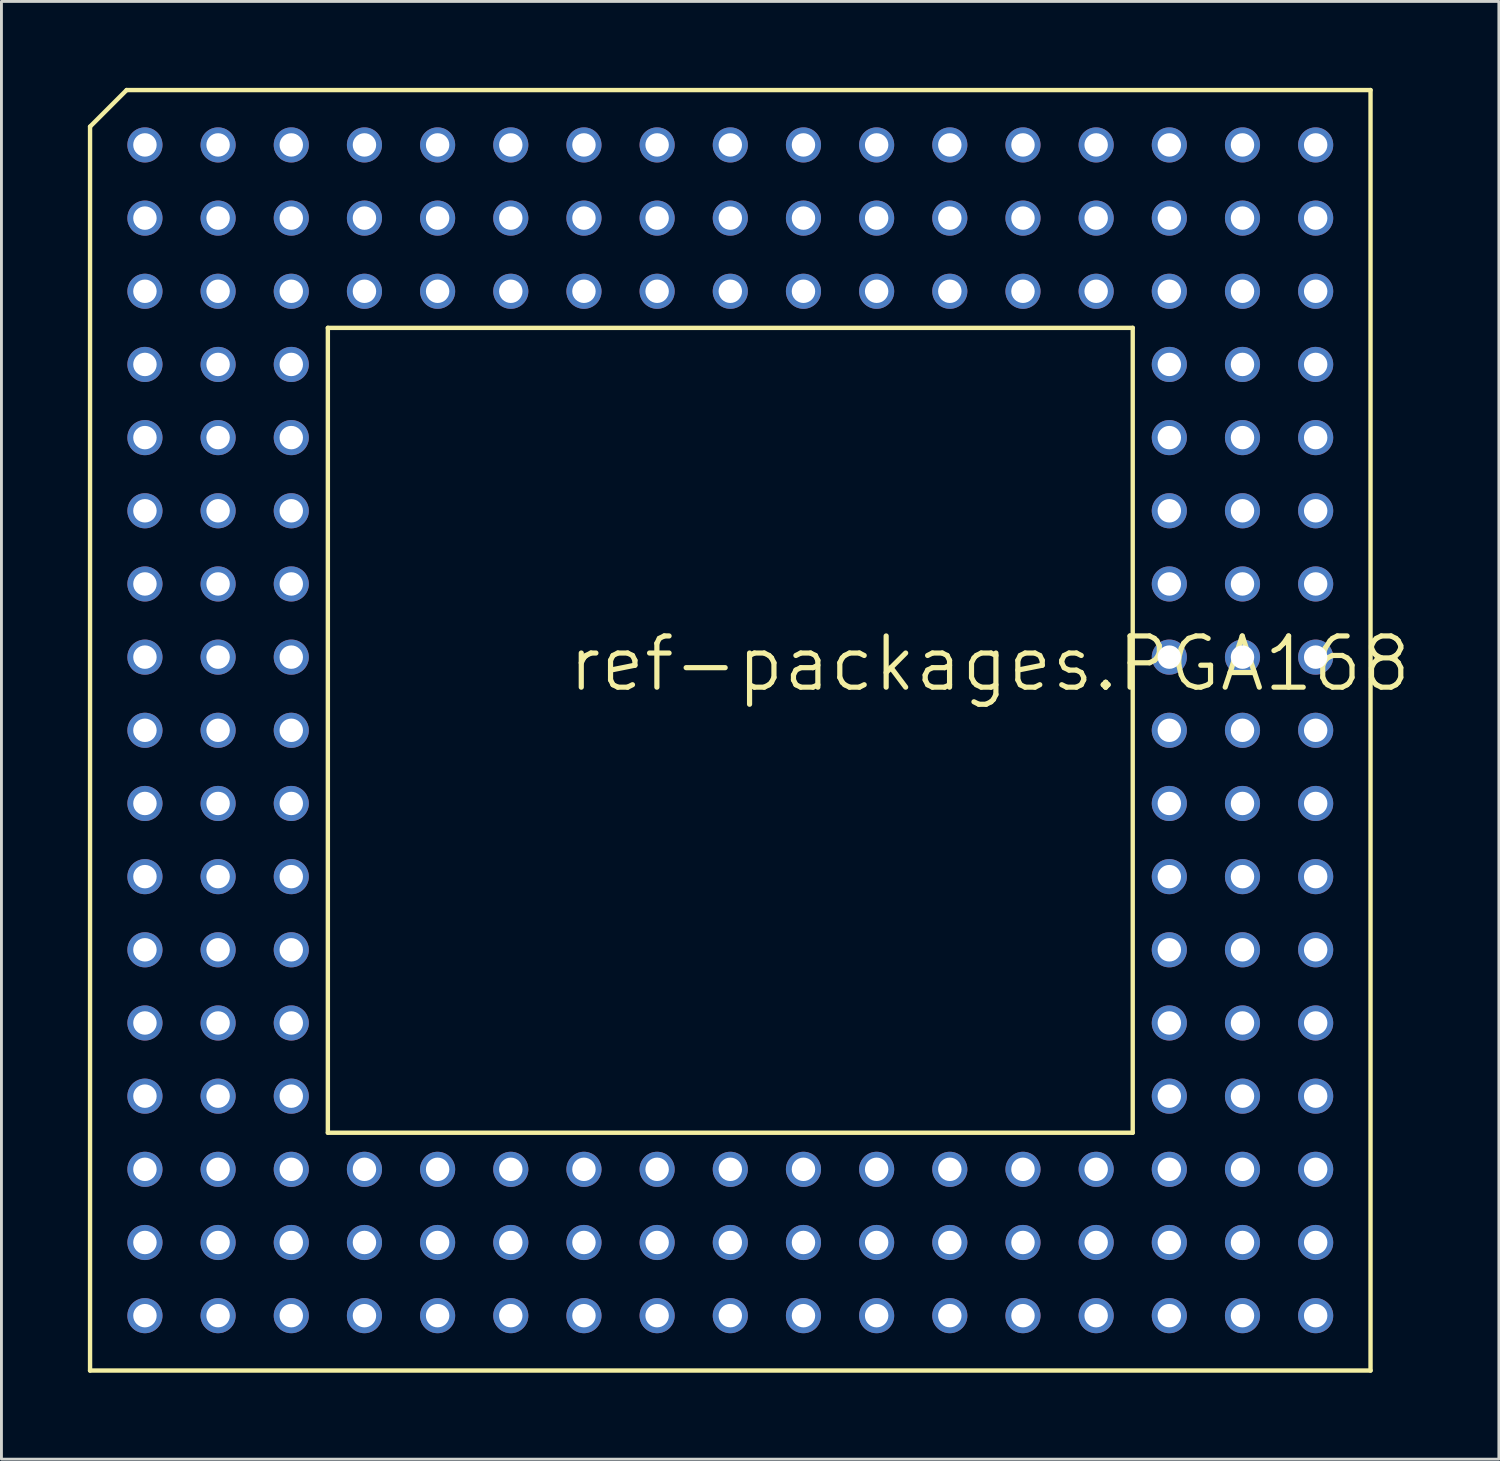
<source format=kicad_pcb>
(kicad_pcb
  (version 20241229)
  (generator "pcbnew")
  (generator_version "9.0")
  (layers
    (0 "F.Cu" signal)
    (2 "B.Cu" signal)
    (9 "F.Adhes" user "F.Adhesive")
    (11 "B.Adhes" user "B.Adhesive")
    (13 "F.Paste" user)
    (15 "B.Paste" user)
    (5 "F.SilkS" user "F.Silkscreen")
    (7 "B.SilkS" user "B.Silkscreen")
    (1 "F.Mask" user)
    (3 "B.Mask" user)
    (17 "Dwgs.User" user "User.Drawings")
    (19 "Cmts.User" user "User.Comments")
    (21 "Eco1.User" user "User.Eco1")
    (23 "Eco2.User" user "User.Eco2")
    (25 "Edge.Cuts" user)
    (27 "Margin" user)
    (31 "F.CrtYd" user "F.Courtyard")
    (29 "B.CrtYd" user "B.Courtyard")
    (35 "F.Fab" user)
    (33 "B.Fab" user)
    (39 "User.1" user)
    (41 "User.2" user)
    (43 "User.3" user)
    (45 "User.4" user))
  (footprint "ref-packages.PGA168"
    (layer "F.Cu")
    (at 22.301 22.301)
    (property "Reference" "ref-packages.PGA168" (at -5.715 -1.27 0) (layer "F.SilkS") (effects (font (size 1.778 1.778) (thickness 0.18)) (justify left bottom)))
    (attr through_hole)
    (fp_line (start -22.225 -20.955) (end -20.955 -22.225) (stroke (width 0.152) (type default)) (layer "F.SilkS"))
    (fp_line (start -22.225 22.225) (end -22.225 -20.955) (stroke (width 0.152) (type default)) (layer "F.SilkS"))
    (fp_line (start -20.955 -22.225) (end 22.225 -22.225) (stroke (width 0.152) (type default)) (layer "F.SilkS"))
    (fp_line (start -13.97 -13.97) (end -13.97 13.97) (stroke (width 0.152) (type default)) (layer "F.SilkS"))
    (fp_line (start -13.97 -13.97) (end 13.97 -13.97) (stroke (width 0.152) (type default)) (layer "F.SilkS"))
    (fp_line (start -13.97 13.97) (end 13.97 13.97) (stroke (width 0.152) (type default)) (layer "F.SilkS"))
    (fp_line (start 13.97 13.97) (end 13.97 -13.97) (stroke (width 0.152) (type default)) (layer "F.SilkS"))
    (fp_line (start 22.225 -22.225) (end 22.225 22.225) (stroke (width 0.152) (type default)) (layer "F.SilkS"))
    (fp_line (start 22.225 22.225) (end -22.225 22.225) (stroke (width 0.152) (type default)) (layer "F.SilkS"))
    (pad "A01" thru_hole circle (at -20.32 -20.32 90) (size 1.219 1.219) (drill 0.813) (layers "*.Cu" "*.Mask"))
    (pad "A02" thru_hole circle (at -17.78 -20.32 90) (size 1.219 1.219) (drill 0.813) (layers "*.Cu" "*.Mask"))
    (pad "A03" thru_hole circle (at -15.24 -20.32 90) (size 1.219 1.219) (drill 0.813) (layers "*.Cu" "*.Mask"))
    (pad "A04" thru_hole circle (at -12.7 -20.32 90) (size 1.219 1.219) (drill 0.813) (layers "*.Cu" "*.Mask"))
    (pad "A05" thru_hole circle (at -10.16 -20.32 90) (size 1.219 1.219) (drill 0.813) (layers "*.Cu" "*.Mask"))
    (pad "A06" thru_hole circle (at -7.62 -20.32 90) (size 1.219 1.219) (drill 0.813) (layers "*.Cu" "*.Mask"))
    (pad "A07" thru_hole circle (at -5.08 -20.32 90) (size 1.219 1.219) (drill 0.813) (layers "*.Cu" "*.Mask"))
    (pad "A08" thru_hole circle (at -2.54 -20.32 90) (size 1.219 1.219) (drill 0.813) (layers "*.Cu" "*.Mask"))
    (pad "A09" thru_hole circle (at 0 -20.32 90) (size 1.219 1.219) (drill 0.813) (layers "*.Cu" "*.Mask"))
    (pad "A10" thru_hole circle (at 2.54 -20.32 90) (size 1.219 1.219) (drill 0.813) (layers "*.Cu" "*.Mask"))
    (pad "A11" thru_hole circle (at 5.08 -20.32 90) (size 1.219 1.219) (drill 0.813) (layers "*.Cu" "*.Mask"))
    (pad "A12" thru_hole circle (at 7.62 -20.32 90) (size 1.219 1.219) (drill 0.813) (layers "*.Cu" "*.Mask"))
    (pad "A13" thru_hole circle (at 10.16 -20.32 90) (size 1.219 1.219) (drill 0.813) (layers "*.Cu" "*.Mask"))
    (pad "A14" thru_hole circle (at 12.7 -20.32 90) (size 1.219 1.219) (drill 0.813) (layers "*.Cu" "*.Mask"))
    (pad "A15" thru_hole circle (at 15.24 -20.32 90) (size 1.219 1.219) (drill 0.813) (layers "*.Cu" "*.Mask"))
    (pad "A16" thru_hole circle (at 17.78 -20.32 90) (size 1.219 1.219) (drill 0.813) (layers "*.Cu" "*.Mask"))
    (pad "A17" thru_hole circle (at 20.32 -20.32 90) (size 1.219 1.219) (drill 0.813) (layers "*.Cu" "*.Mask"))
    (pad "B01" thru_hole circle (at -20.32 -17.78 90) (size 1.219 1.219) (drill 0.813) (layers "*.Cu" "*.Mask"))
    (pad "B02" thru_hole circle (at -17.78 -17.78 90) (size 1.219 1.219) (drill 0.813) (layers "*.Cu" "*.Mask"))
    (pad "B03" thru_hole circle (at -15.24 -17.78 90) (size 1.219 1.219) (drill 0.813) (layers "*.Cu" "*.Mask"))
    (pad "B04" thru_hole circle (at -12.7 -17.78 90) (size 1.219 1.219) (drill 0.813) (layers "*.Cu" "*.Mask"))
    (pad "B05" thru_hole circle (at -10.16 -17.78 90) (size 1.219 1.219) (drill 0.813) (layers "*.Cu" "*.Mask"))
    (pad "B06" thru_hole circle (at -7.62 -17.78 90) (size 1.219 1.219) (drill 0.813) (layers "*.Cu" "*.Mask"))
    (pad "B07" thru_hole circle (at -5.08 -17.78 90) (size 1.219 1.219) (drill 0.813) (layers "*.Cu" "*.Mask"))
    (pad "B08" thru_hole circle (at -2.54 -17.78 90) (size 1.219 1.219) (drill 0.813) (layers "*.Cu" "*.Mask"))
    (pad "B09" thru_hole circle (at 0 -17.78 90) (size 1.219 1.219) (drill 0.813) (layers "*.Cu" "*.Mask"))
    (pad "B10" thru_hole circle (at 2.54 -17.78 90) (size 1.219 1.219) (drill 0.813) (layers "*.Cu" "*.Mask"))
    (pad "B11" thru_hole circle (at 5.08 -17.78 90) (size 1.219 1.219) (drill 0.813) (layers "*.Cu" "*.Mask"))
    (pad "B12" thru_hole circle (at 7.62 -17.78 90) (size 1.219 1.219) (drill 0.813) (layers "*.Cu" "*.Mask"))
    (pad "B13" thru_hole circle (at 10.16 -17.78 90) (size 1.219 1.219) (drill 0.813) (layers "*.Cu" "*.Mask"))
    (pad "B14" thru_hole circle (at 12.7 -17.78 90) (size 1.219 1.219) (drill 0.813) (layers "*.Cu" "*.Mask"))
    (pad "B15" thru_hole circle (at 15.24 -17.78 90) (size 1.219 1.219) (drill 0.813) (layers "*.Cu" "*.Mask"))
    (pad "B16" thru_hole circle (at 17.78 -17.78 90) (size 1.219 1.219) (drill 0.813) (layers "*.Cu" "*.Mask"))
    (pad "B17" thru_hole circle (at 20.32 -17.78 90) (size 1.219 1.219) (drill 0.813) (layers "*.Cu" "*.Mask"))
    (pad "C01" thru_hole circle (at -20.32 -15.24 90) (size 1.219 1.219) (drill 0.813) (layers "*.Cu" "*.Mask"))
    (pad "C02" thru_hole circle (at -17.78 -15.24 90) (size 1.219 1.219) (drill 0.813) (layers "*.Cu" "*.Mask"))
    (pad "C03" thru_hole circle (at -15.24 -15.24 90) (size 1.219 1.219) (drill 0.813) (layers "*.Cu" "*.Mask"))
    (pad "C04" thru_hole circle (at -12.7 -15.24 90) (size 1.219 1.219) (drill 0.813) (layers "*.Cu" "*.Mask"))
    (pad "C05" thru_hole circle (at -10.16 -15.24 90) (size 1.219 1.219) (drill 0.813) (layers "*.Cu" "*.Mask"))
    (pad "C06" thru_hole circle (at -7.62 -15.24 90) (size 1.219 1.219) (drill 0.813) (layers "*.Cu" "*.Mask"))
    (pad "C07" thru_hole circle (at -5.08 -15.24 90) (size 1.219 1.219) (drill 0.813) (layers "*.Cu" "*.Mask"))
    (pad "C08" thru_hole circle (at -2.54 -15.24 90) (size 1.219 1.219) (drill 0.813) (layers "*.Cu" "*.Mask"))
    (pad "C09" thru_hole circle (at 0 -15.24 90) (size 1.219 1.219) (drill 0.813) (layers "*.Cu" "*.Mask"))
    (pad "C10" thru_hole circle (at 2.54 -15.24 90) (size 1.219 1.219) (drill 0.813) (layers "*.Cu" "*.Mask"))
    (pad "C11" thru_hole circle (at 5.08 -15.24 90) (size 1.219 1.219) (drill 0.813) (layers "*.Cu" "*.Mask"))
    (pad "C12" thru_hole circle (at 7.62 -15.24 90) (size 1.219 1.219) (drill 0.813) (layers "*.Cu" "*.Mask"))
    (pad "C13" thru_hole circle (at 10.16 -15.24 90) (size 1.219 1.219) (drill 0.813) (layers "*.Cu" "*.Mask"))
    (pad "C14" thru_hole circle (at 12.7 -15.24 90) (size 1.219 1.219) (drill 0.813) (layers "*.Cu" "*.Mask"))
    (pad "C15" thru_hole circle (at 15.24 -15.24 90) (size 1.219 1.219) (drill 0.813) (layers "*.Cu" "*.Mask"))
    (pad "C16" thru_hole circle (at 17.78 -15.24 90) (size 1.219 1.219) (drill 0.813) (layers "*.Cu" "*.Mask"))
    (pad "C17" thru_hole circle (at 20.32 -15.24 90) (size 1.219 1.219) (drill 0.813) (layers "*.Cu" "*.Mask"))
    (pad "D01" thru_hole circle (at -20.32 -12.7 90) (size 1.219 1.219) (drill 0.813) (layers "*.Cu" "*.Mask"))
    (pad "D02" thru_hole circle (at -17.78 -12.7 90) (size 1.219 1.219) (drill 0.813) (layers "*.Cu" "*.Mask"))
    (pad "D03" thru_hole circle (at -15.24 -12.7 90) (size 1.219 1.219) (drill 0.813) (layers "*.Cu" "*.Mask"))
    (pad "D15" thru_hole circle (at 15.24 -12.7 90) (size 1.219 1.219) (drill 0.813) (layers "*.Cu" "*.Mask"))
    (pad "D16" thru_hole circle (at 17.78 -12.7 90) (size 1.219 1.219) (drill 0.813) (layers "*.Cu" "*.Mask"))
    (pad "D17" thru_hole circle (at 20.32 -12.7 90) (size 1.219 1.219) (drill 0.813) (layers "*.Cu" "*.Mask"))
    (pad "E01" thru_hole circle (at -20.32 -10.16 90) (size 1.219 1.219) (drill 0.813) (layers "*.Cu" "*.Mask"))
    (pad "E02" thru_hole circle (at -17.78 -10.16 90) (size 1.219 1.219) (drill 0.813) (layers "*.Cu" "*.Mask"))
    (pad "E03" thru_hole circle (at -15.24 -10.16 90) (size 1.219 1.219) (drill 0.813) (layers "*.Cu" "*.Mask"))
    (pad "E15" thru_hole circle (at 15.24 -10.16 90) (size 1.219 1.219) (drill 0.813) (layers "*.Cu" "*.Mask"))
    (pad "E16" thru_hole circle (at 17.78 -10.16 90) (size 1.219 1.219) (drill 0.813) (layers "*.Cu" "*.Mask"))
    (pad "E17" thru_hole circle (at 20.32 -10.16 90) (size 1.219 1.219) (drill 0.813) (layers "*.Cu" "*.Mask"))
    (pad "F01" thru_hole circle (at -20.32 -7.62 90) (size 1.219 1.219) (drill 0.813) (layers "*.Cu" "*.Mask"))
    (pad "F02" thru_hole circle (at -17.78 -7.62 90) (size 1.219 1.219) (drill 0.813) (layers "*.Cu" "*.Mask"))
    (pad "F03" thru_hole circle (at -15.24 -7.62 90) (size 1.219 1.219) (drill 0.813) (layers "*.Cu" "*.Mask"))
    (pad "F15" thru_hole circle (at 15.24 -7.62 90) (size 1.219 1.219) (drill 0.813) (layers "*.Cu" "*.Mask"))
    (pad "F16" thru_hole circle (at 17.78 -7.62 90) (size 1.219 1.219) (drill 0.813) (layers "*.Cu" "*.Mask"))
    (pad "F17" thru_hole circle (at 20.32 -7.62 90) (size 1.219 1.219) (drill 0.813) (layers "*.Cu" "*.Mask"))
    (pad "G01" thru_hole circle (at -20.32 -5.08 90) (size 1.219 1.219) (drill 0.813) (layers "*.Cu" "*.Mask"))
    (pad "G02" thru_hole circle (at -17.78 -5.08 90) (size 1.219 1.219) (drill 0.813) (layers "*.Cu" "*.Mask"))
    (pad "G03" thru_hole circle (at -15.24 -5.08 90) (size 1.219 1.219) (drill 0.813) (layers "*.Cu" "*.Mask"))
    (pad "G15" thru_hole circle (at 15.24 -5.08 90) (size 1.219 1.219) (drill 0.813) (layers "*.Cu" "*.Mask"))
    (pad "G16" thru_hole circle (at 17.78 -5.08 90) (size 1.219 1.219) (drill 0.813) (layers "*.Cu" "*.Mask"))
    (pad "G17" thru_hole circle (at 20.32 -5.08 90) (size 1.219 1.219) (drill 0.813) (layers "*.Cu" "*.Mask"))
    (pad "H01" thru_hole circle (at -20.32 -2.54 90) (size 1.219 1.219) (drill 0.813) (layers "*.Cu" "*.Mask"))
    (pad "H02" thru_hole circle (at -17.78 -2.54 90) (size 1.219 1.219) (drill 0.813) (layers "*.Cu" "*.Mask"))
    (pad "H03" thru_hole circle (at -15.24 -2.54 90) (size 1.219 1.219) (drill 0.813) (layers "*.Cu" "*.Mask"))
    (pad "H15" thru_hole circle (at 15.24 -2.54 90) (size 1.219 1.219) (drill 0.813) (layers "*.Cu" "*.Mask"))
    (pad "H16" thru_hole circle (at 17.78 -2.54 90) (size 1.219 1.219) (drill 0.813) (layers "*.Cu" "*.Mask"))
    (pad "H17" thru_hole circle (at 20.32 -2.54 90) (size 1.219 1.219) (drill 0.813) (layers "*.Cu" "*.Mask"))
    (pad "J01" thru_hole circle (at -20.32 0 90) (size 1.219 1.219) (drill 0.813) (layers "*.Cu" "*.Mask"))
    (pad "J02" thru_hole circle (at -17.78 0 90) (size 1.219 1.219) (drill 0.813) (layers "*.Cu" "*.Mask"))
    (pad "J03" thru_hole circle (at -15.24 0 90) (size 1.219 1.219) (drill 0.813) (layers "*.Cu" "*.Mask"))
    (pad "J15" thru_hole circle (at 15.24 0 90) (size 1.219 1.219) (drill 0.813) (layers "*.Cu" "*.Mask"))
    (pad "J16" thru_hole circle (at 17.78 0 90) (size 1.219 1.219) (drill 0.813) (layers "*.Cu" "*.Mask"))
    (pad "J17" thru_hole circle (at 20.32 0 90) (size 1.219 1.219) (drill 0.813) (layers "*.Cu" "*.Mask"))
    (pad "K01" thru_hole circle (at -20.32 2.54 90) (size 1.219 1.219) (drill 0.813) (layers "*.Cu" "*.Mask"))
    (pad "K02" thru_hole circle (at -17.78 2.54 90) (size 1.219 1.219) (drill 0.813) (layers "*.Cu" "*.Mask"))
    (pad "K03" thru_hole circle (at -15.24 2.54 90) (size 1.219 1.219) (drill 0.813) (layers "*.Cu" "*.Mask"))
    (pad "K15" thru_hole circle (at 15.24 2.54 90) (size 1.219 1.219) (drill 0.813) (layers "*.Cu" "*.Mask"))
    (pad "K16" thru_hole circle (at 17.78 2.54 90) (size 1.219 1.219) (drill 0.813) (layers "*.Cu" "*.Mask"))
    (pad "K17" thru_hole circle (at 20.32 2.54 90) (size 1.219 1.219) (drill 0.813) (layers "*.Cu" "*.Mask"))
    (pad "L01" thru_hole circle (at -20.32 5.08 90) (size 1.219 1.219) (drill 0.813) (layers "*.Cu" "*.Mask"))
    (pad "L02" thru_hole circle (at -17.78 5.08 90) (size 1.219 1.219) (drill 0.813) (layers "*.Cu" "*.Mask"))
    (pad "L03" thru_hole circle (at -15.24 5.08 90) (size 1.219 1.219) (drill 0.813) (layers "*.Cu" "*.Mask"))
    (pad "L15" thru_hole circle (at 15.24 5.08 90) (size 1.219 1.219) (drill 0.813) (layers "*.Cu" "*.Mask"))
    (pad "L16" thru_hole circle (at 17.78 5.08 90) (size 1.219 1.219) (drill 0.813) (layers "*.Cu" "*.Mask"))
    (pad "L17" thru_hole circle (at 20.32 5.08 90) (size 1.219 1.219) (drill 0.813) (layers "*.Cu" "*.Mask"))
    (pad "M01" thru_hole circle (at -20.32 7.62 90) (size 1.219 1.219) (drill 0.813) (layers "*.Cu" "*.Mask"))
    (pad "M02" thru_hole circle (at -17.78 7.62 90) (size 1.219 1.219) (drill 0.813) (layers "*.Cu" "*.Mask"))
    (pad "M03" thru_hole circle (at -15.24 7.62 90) (size 1.219 1.219) (drill 0.813) (layers "*.Cu" "*.Mask"))
    (pad "M15" thru_hole circle (at 15.24 7.62 90) (size 1.219 1.219) (drill 0.813) (layers "*.Cu" "*.Mask"))
    (pad "M16" thru_hole circle (at 17.78 7.62 90) (size 1.219 1.219) (drill 0.813) (layers "*.Cu" "*.Mask"))
    (pad "M17" thru_hole circle (at 20.32 7.62 90) (size 1.219 1.219) (drill 0.813) (layers "*.Cu" "*.Mask"))
    (pad "N01" thru_hole circle (at -20.32 10.16 90) (size 1.219 1.219) (drill 0.813) (layers "*.Cu" "*.Mask"))
    (pad "N02" thru_hole circle (at -17.78 10.16 90) (size 1.219 1.219) (drill 0.813) (layers "*.Cu" "*.Mask"))
    (pad "N03" thru_hole circle (at -15.24 10.16 90) (size 1.219 1.219) (drill 0.813) (layers "*.Cu" "*.Mask"))
    (pad "N15" thru_hole circle (at 15.24 10.16 90) (size 1.219 1.219) (drill 0.813) (layers "*.Cu" "*.Mask"))
    (pad "N16" thru_hole circle (at 17.78 10.16 90) (size 1.219 1.219) (drill 0.813) (layers "*.Cu" "*.Mask"))
    (pad "N17" thru_hole circle (at 20.32 10.16 90) (size 1.219 1.219) (drill 0.813) (layers "*.Cu" "*.Mask"))
    (pad "P01" thru_hole circle (at -20.32 12.7 90) (size 1.219 1.219) (drill 0.813) (layers "*.Cu" "*.Mask"))
    (pad "P02" thru_hole circle (at -17.78 12.7 90) (size 1.219 1.219) (drill 0.813) (layers "*.Cu" "*.Mask"))
    (pad "P03" thru_hole circle (at -15.24 12.7 90) (size 1.219 1.219) (drill 0.813) (layers "*.Cu" "*.Mask"))
    (pad "P15" thru_hole circle (at 15.24 12.7 90) (size 1.219 1.219) (drill 0.813) (layers "*.Cu" "*.Mask"))
    (pad "P16" thru_hole circle (at 17.78 12.7 90) (size 1.219 1.219) (drill 0.813) (layers "*.Cu" "*.Mask"))
    (pad "P17" thru_hole circle (at 20.32 12.7 90) (size 1.219 1.219) (drill 0.813) (layers "*.Cu" "*.Mask"))
    (pad "Q01" thru_hole circle (at -20.32 15.24 90) (size 1.219 1.219) (drill 0.813) (layers "*.Cu" "*.Mask"))
    (pad "Q02" thru_hole circle (at -17.78 15.24 90) (size 1.219 1.219) (drill 0.813) (layers "*.Cu" "*.Mask"))
    (pad "Q03" thru_hole circle (at -15.24 15.24 90) (size 1.219 1.219) (drill 0.813) (layers "*.Cu" "*.Mask"))
    (pad "Q04" thru_hole circle (at -12.7 15.24 90) (size 1.219 1.219) (drill 0.813) (layers "*.Cu" "*.Mask"))
    (pad "Q05" thru_hole circle (at -10.16 15.24 90) (size 1.219 1.219) (drill 0.813) (layers "*.Cu" "*.Mask"))
    (pad "Q06" thru_hole circle (at -7.62 15.24 90) (size 1.219 1.219) (drill 0.813) (layers "*.Cu" "*.Mask"))
    (pad "Q07" thru_hole circle (at -5.08 15.24 90) (size 1.219 1.219) (drill 0.813) (layers "*.Cu" "*.Mask"))
    (pad "Q08" thru_hole circle (at -2.54 15.24 90) (size 1.219 1.219) (drill 0.813) (layers "*.Cu" "*.Mask"))
    (pad "Q09" thru_hole circle (at 0 15.24 90) (size 1.219 1.219) (drill 0.813) (layers "*.Cu" "*.Mask"))
    (pad "Q10" thru_hole circle (at 2.54 15.24 90) (size 1.219 1.219) (drill 0.813) (layers "*.Cu" "*.Mask"))
    (pad "Q11" thru_hole circle (at 5.08 15.24 90) (size 1.219 1.219) (drill 0.813) (layers "*.Cu" "*.Mask"))
    (pad "Q12" thru_hole circle (at 7.62 15.24 90) (size 1.219 1.219) (drill 0.813) (layers "*.Cu" "*.Mask"))
    (pad "Q13" thru_hole circle (at 10.16 15.24 90) (size 1.219 1.219) (drill 0.813) (layers "*.Cu" "*.Mask"))
    (pad "Q14" thru_hole circle (at 12.7 15.24 90) (size 1.219 1.219) (drill 0.813) (layers "*.Cu" "*.Mask"))
    (pad "Q15" thru_hole circle (at 15.24 15.24 90) (size 1.219 1.219) (drill 0.813) (layers "*.Cu" "*.Mask"))
    (pad "Q16" thru_hole circle (at 17.78 15.24 90) (size 1.219 1.219) (drill 0.813) (layers "*.Cu" "*.Mask"))
    (pad "Q17" thru_hole circle (at 20.32 15.24 90) (size 1.219 1.219) (drill 0.813) (layers "*.Cu" "*.Mask"))
    (pad "R01" thru_hole circle (at -20.32 17.78 90) (size 1.219 1.219) (drill 0.813) (layers "*.Cu" "*.Mask"))
    (pad "R02" thru_hole circle (at -17.78 17.78 90) (size 1.219 1.219) (drill 0.813) (layers "*.Cu" "*.Mask"))
    (pad "R03" thru_hole circle (at -15.24 17.78 90) (size 1.219 1.219) (drill 0.813) (layers "*.Cu" "*.Mask"))
    (pad "R04" thru_hole circle (at -12.7 17.78 90) (size 1.219 1.219) (drill 0.813) (layers "*.Cu" "*.Mask"))
    (pad "R05" thru_hole circle (at -10.16 17.78 90) (size 1.219 1.219) (drill 0.813) (layers "*.Cu" "*.Mask"))
    (pad "R06" thru_hole circle (at -7.62 17.78 90) (size 1.219 1.219) (drill 0.813) (layers "*.Cu" "*.Mask"))
    (pad "R07" thru_hole circle (at -5.08 17.78 90) (size 1.219 1.219) (drill 0.813) (layers "*.Cu" "*.Mask"))
    (pad "R08" thru_hole circle (at -2.54 17.78 90) (size 1.219 1.219) (drill 0.813) (layers "*.Cu" "*.Mask"))
    (pad "R09" thru_hole circle (at 0 17.78 90) (size 1.219 1.219) (drill 0.813) (layers "*.Cu" "*.Mask"))
    (pad "R10" thru_hole circle (at 2.54 17.78 90) (size 1.219 1.219) (drill 0.813) (layers "*.Cu" "*.Mask"))
    (pad "R11" thru_hole circle (at 5.08 17.78 90) (size 1.219 1.219) (drill 0.813) (layers "*.Cu" "*.Mask"))
    (pad "R12" thru_hole circle (at 7.62 17.78 90) (size 1.219 1.219) (drill 0.813) (layers "*.Cu" "*.Mask"))
    (pad "R13" thru_hole circle (at 10.16 17.78 90) (size 1.219 1.219) (drill 0.813) (layers "*.Cu" "*.Mask"))
    (pad "R14" thru_hole circle (at 12.7 17.78 90) (size 1.219 1.219) (drill 0.813) (layers "*.Cu" "*.Mask"))
    (pad "R15" thru_hole circle (at 15.24 17.78 90) (size 1.219 1.219) (drill 0.813) (layers "*.Cu" "*.Mask"))
    (pad "R16" thru_hole circle (at 17.78 17.78 90) (size 1.219 1.219) (drill 0.813) (layers "*.Cu" "*.Mask"))
    (pad "R17" thru_hole circle (at 20.32 17.78 90) (size 1.219 1.219) (drill 0.813) (layers "*.Cu" "*.Mask"))
    (pad "S01" thru_hole circle (at -20.32 20.32 90) (size 1.219 1.219) (drill 0.813) (layers "*.Cu" "*.Mask"))
    (pad "S02" thru_hole circle (at -17.78 20.32 90) (size 1.219 1.219) (drill 0.813) (layers "*.Cu" "*.Mask"))
    (pad "S03" thru_hole circle (at -15.24 20.32 90) (size 1.219 1.219) (drill 0.813) (layers "*.Cu" "*.Mask"))
    (pad "S04" thru_hole circle (at -12.7 20.32 90) (size 1.219 1.219) (drill 0.813) (layers "*.Cu" "*.Mask"))
    (pad "S05" thru_hole circle (at -10.16 20.32 90) (size 1.219 1.219) (drill 0.813) (layers "*.Cu" "*.Mask"))
    (pad "S06" thru_hole circle (at -7.62 20.32 90) (size 1.219 1.219) (drill 0.813) (layers "*.Cu" "*.Mask"))
    (pad "S07" thru_hole circle (at -5.08 20.32 90) (size 1.219 1.219) (drill 0.813) (layers "*.Cu" "*.Mask"))
    (pad "S08" thru_hole circle (at -2.54 20.32 90) (size 1.219 1.219) (drill 0.813) (layers "*.Cu" "*.Mask"))
    (pad "S09" thru_hole circle (at 0 20.32 90) (size 1.219 1.219) (drill 0.813) (layers "*.Cu" "*.Mask"))
    (pad "S10" thru_hole circle (at 2.54 20.32 90) (size 1.219 1.219) (drill 0.813) (layers "*.Cu" "*.Mask"))
    (pad "S11" thru_hole circle (at 5.08 20.32 90) (size 1.219 1.219) (drill 0.813) (layers "*.Cu" "*.Mask"))
    (pad "S12" thru_hole circle (at 7.62 20.32 90) (size 1.219 1.219) (drill 0.813) (layers "*.Cu" "*.Mask"))
    (pad "S13" thru_hole circle (at 10.16 20.32 90) (size 1.219 1.219) (drill 0.813) (layers "*.Cu" "*.Mask"))
    (pad "S14" thru_hole circle (at 12.7 20.32 90) (size 1.219 1.219) (drill 0.813) (layers "*.Cu" "*.Mask"))
    (pad "S15" thru_hole circle (at 15.24 20.32 90) (size 1.219 1.219) (drill 0.813) (layers "*.Cu" "*.Mask"))
    (pad "S16" thru_hole circle (at 17.78 20.32 90) (size 1.219 1.219) (drill 0.813) (layers "*.Cu" "*.Mask"))
    (pad "S17" thru_hole circle (at 20.32 20.32 90) (size 1.219 1.219) (drill 0.813) (layers "*.Cu" "*.Mask")))
  (gr_rect
    (start -3 -3)
    (end 48.981 47.602)
    (stroke (width 0.1) (type default))
    (fill no)
    (layer "Edge.Cuts")))
</source>
